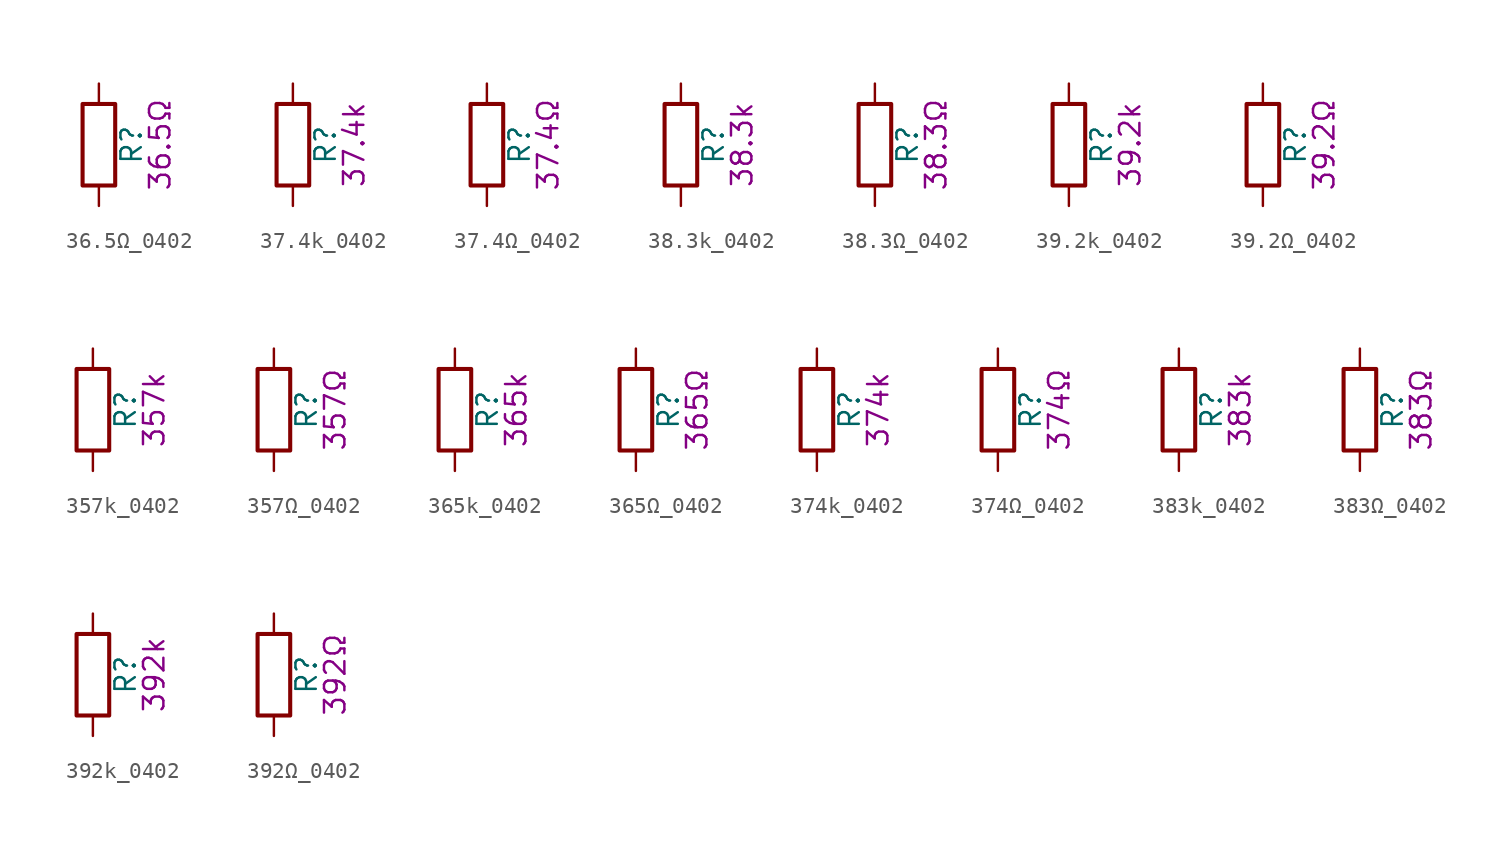
<source format=kicad_sym>
(kicad_symbol_lib
  (version 20211014)
  (generator kicad_symbol_editor)
  (symbol "36.5Ω_0402"
    (pin_numbers hide)
    (pin_names
      (offset 0))
    (property "Reference" "R"
      (at 2.032 0 90)
      (effects (font (size 1.27 1.27))))
    (property "Display" "36.5Ω"
      (at 3.81 0 90)
      (effects (font (size 1.27 1.27))))
    (symbol "36.5Ω_0402_0_1"
      (rectangle (start -1.016 -2.54) (end 1.016 2.54) (stroke (width 0.254) (type default) (color 0 0 0 0)) (fill (type none))))
    (symbol "36.5Ω_0402_1_1"
      (pin passive line (at 0 3.81 270) (length 1.27) (name "~" (effects (font (size 1.27 1.27)))) (number "1" (effects (font (size 1.27 1.27)))))
      (pin passive line (at 0 -3.81 90) (length 1.27) (name "~" (effects (font (size 1.27 1.27)))) (number "2" (effects (font (size 1.27 1.27)))))))
  (symbol "37.4k_0402"
    (pin_numbers hide)
    (pin_names
      (offset 0))
    (property "Reference" "R"
      (at 2.032 0 90)
      (effects (font (size 1.27 1.27))))
    (property "Display" "37.4k"
      (at 3.81 0 90)
      (effects (font (size 1.27 1.27))))
    (symbol "37.4k_0402_0_1"
      (rectangle (start -1.016 -2.54) (end 1.016 2.54) (stroke (width 0.254) (type default) (color 0 0 0 0)) (fill (type none))))
    (symbol "37.4k_0402_1_1"
      (pin passive line (at 0 3.81 270) (length 1.27) (name "~" (effects (font (size 1.27 1.27)))) (number "1" (effects (font (size 1.27 1.27)))))
      (pin passive line (at 0 -3.81 90) (length 1.27) (name "~" (effects (font (size 1.27 1.27)))) (number "2" (effects (font (size 1.27 1.27)))))))
  (symbol "37.4Ω_0402"
    (pin_numbers hide)
    (pin_names
      (offset 0))
    (property "Reference" "R"
      (at 2.032 0 90)
      (effects (font (size 1.27 1.27))))
    (property "Display" "37.4Ω"
      (at 3.81 0 90)
      (effects (font (size 1.27 1.27))))
    (symbol "37.4Ω_0402_0_1"
      (rectangle (start -1.016 -2.54) (end 1.016 2.54) (stroke (width 0.254) (type default) (color 0 0 0 0)) (fill (type none))))
    (symbol "37.4Ω_0402_1_1"
      (pin passive line (at 0 3.81 270) (length 1.27) (name "~" (effects (font (size 1.27 1.27)))) (number "1" (effects (font (size 1.27 1.27)))))
      (pin passive line (at 0 -3.81 90) (length 1.27) (name "~" (effects (font (size 1.27 1.27)))) (number "2" (effects (font (size 1.27 1.27)))))))
  (symbol "38.3k_0402"
    (pin_numbers hide)
    (pin_names
      (offset 0))
    (property "Reference" "R"
      (at 2.032 0 90)
      (effects (font (size 1.27 1.27))))
    (property "Display" "38.3k"
      (at 3.81 0 90)
      (effects (font (size 1.27 1.27))))
    (symbol "38.3k_0402_0_1"
      (rectangle (start -1.016 -2.54) (end 1.016 2.54) (stroke (width 0.254) (type default) (color 0 0 0 0)) (fill (type none))))
    (symbol "38.3k_0402_1_1"
      (pin passive line (at 0 3.81 270) (length 1.27) (name "~" (effects (font (size 1.27 1.27)))) (number "1" (effects (font (size 1.27 1.27)))))
      (pin passive line (at 0 -3.81 90) (length 1.27) (name "~" (effects (font (size 1.27 1.27)))) (number "2" (effects (font (size 1.27 1.27)))))))
  (symbol "38.3Ω_0402"
    (pin_numbers hide)
    (pin_names
      (offset 0))
    (property "Reference" "R"
      (at 2.032 0 90)
      (effects (font (size 1.27 1.27))))
    (property "Display" "38.3Ω"
      (at 3.81 0 90)
      (effects (font (size 1.27 1.27))))
    (symbol "38.3Ω_0402_0_1"
      (rectangle (start -1.016 -2.54) (end 1.016 2.54) (stroke (width 0.254) (type default) (color 0 0 0 0)) (fill (type none))))
    (symbol "38.3Ω_0402_1_1"
      (pin passive line (at 0 3.81 270) (length 1.27) (name "~" (effects (font (size 1.27 1.27)))) (number "1" (effects (font (size 1.27 1.27)))))
      (pin passive line (at 0 -3.81 90) (length 1.27) (name "~" (effects (font (size 1.27 1.27)))) (number "2" (effects (font (size 1.27 1.27)))))))
  (symbol "39.2k_0402"
    (pin_numbers hide)
    (pin_names
      (offset 0))
    (property "Reference" "R"
      (at 2.032 0 90)
      (effects (font (size 1.27 1.27))))
    (property "Display" "39.2k"
      (at 3.81 0 90)
      (effects (font (size 1.27 1.27))))
    (symbol "39.2k_0402_0_1"
      (rectangle (start -1.016 -2.54) (end 1.016 2.54) (stroke (width 0.254) (type default) (color 0 0 0 0)) (fill (type none))))
    (symbol "39.2k_0402_1_1"
      (pin passive line (at 0 3.81 270) (length 1.27) (name "~" (effects (font (size 1.27 1.27)))) (number "1" (effects (font (size 1.27 1.27)))))
      (pin passive line (at 0 -3.81 90) (length 1.27) (name "~" (effects (font (size 1.27 1.27)))) (number "2" (effects (font (size 1.27 1.27)))))))
  (symbol "39.2Ω_0402"
    (pin_numbers hide)
    (pin_names
      (offset 0))
    (property "Reference" "R"
      (at 2.032 0 90)
      (effects (font (size 1.27 1.27))))
    (property "Display" "39.2Ω"
      (at 3.81 0 90)
      (effects (font (size 1.27 1.27))))
    (symbol "39.2Ω_0402_0_1"
      (rectangle (start -1.016 -2.54) (end 1.016 2.54) (stroke (width 0.254) (type default) (color 0 0 0 0)) (fill (type none))))
    (symbol "39.2Ω_0402_1_1"
      (pin passive line (at 0 3.81 270) (length 1.27) (name "~" (effects (font (size 1.27 1.27)))) (number "1" (effects (font (size 1.27 1.27)))))
      (pin passive line (at 0 -3.81 90) (length 1.27) (name "~" (effects (font (size 1.27 1.27)))) (number "2" (effects (font (size 1.27 1.27)))))))
  (symbol "357k_0402"
    (pin_numbers hide)
    (pin_names
      (offset 0))
    (property "Reference" "R"
      (at 2.032 0 90)
      (effects (font (size 1.27 1.27))))
    (property "Display" "357k"
      (at 3.81 0 90)
      (effects (font (size 1.27 1.27))))
    (symbol "357k_0402_0_1"
      (rectangle (start -1.016 -2.54) (end 1.016 2.54) (stroke (width 0.254) (type default) (color 0 0 0 0)) (fill (type none))))
    (symbol "357k_0402_1_1"
      (pin passive line (at 0 3.81 270) (length 1.27) (name "~" (effects (font (size 1.27 1.27)))) (number "1" (effects (font (size 1.27 1.27)))))
      (pin passive line (at 0 -3.81 90) (length 1.27) (name "~" (effects (font (size 1.27 1.27)))) (number "2" (effects (font (size 1.27 1.27)))))))
  (symbol "357Ω_0402"
    (pin_numbers hide)
    (pin_names
      (offset 0))
    (property "Reference" "R"
      (at 2.032 0 90)
      (effects (font (size 1.27 1.27))))
    (property "Display" "357Ω"
      (at 3.81 0 90)
      (effects (font (size 1.27 1.27))))
    (symbol "357Ω_0402_0_1"
      (rectangle (start -1.016 -2.54) (end 1.016 2.54) (stroke (width 0.254) (type default) (color 0 0 0 0)) (fill (type none))))
    (symbol "357Ω_0402_1_1"
      (pin passive line (at 0 3.81 270) (length 1.27) (name "~" (effects (font (size 1.27 1.27)))) (number "1" (effects (font (size 1.27 1.27)))))
      (pin passive line (at 0 -3.81 90) (length 1.27) (name "~" (effects (font (size 1.27 1.27)))) (number "2" (effects (font (size 1.27 1.27)))))))
  (symbol "365k_0402"
    (pin_numbers hide)
    (pin_names
      (offset 0))
    (property "Reference" "R"
      (at 2.032 0 90)
      (effects (font (size 1.27 1.27))))
    (property "Display" "365k"
      (at 3.81 0 90)
      (effects (font (size 1.27 1.27))))
    (symbol "365k_0402_0_1"
      (rectangle (start -1.016 -2.54) (end 1.016 2.54) (stroke (width 0.254) (type default) (color 0 0 0 0)) (fill (type none))))
    (symbol "365k_0402_1_1"
      (pin passive line (at 0 3.81 270) (length 1.27) (name "~" (effects (font (size 1.27 1.27)))) (number "1" (effects (font (size 1.27 1.27)))))
      (pin passive line (at 0 -3.81 90) (length 1.27) (name "~" (effects (font (size 1.27 1.27)))) (number "2" (effects (font (size 1.27 1.27)))))))
  (symbol "365Ω_0402"
    (pin_numbers hide)
    (pin_names
      (offset 0))
    (property "Reference" "R"
      (at 2.032 0 90)
      (effects (font (size 1.27 1.27))))
    (property "Display" "365Ω"
      (at 3.81 0 90)
      (effects (font (size 1.27 1.27))))
    (symbol "365Ω_0402_0_1"
      (rectangle (start -1.016 -2.54) (end 1.016 2.54) (stroke (width 0.254) (type default) (color 0 0 0 0)) (fill (type none))))
    (symbol "365Ω_0402_1_1"
      (pin passive line (at 0 3.81 270) (length 1.27) (name "~" (effects (font (size 1.27 1.27)))) (number "1" (effects (font (size 1.27 1.27)))))
      (pin passive line (at 0 -3.81 90) (length 1.27) (name "~" (effects (font (size 1.27 1.27)))) (number "2" (effects (font (size 1.27 1.27)))))))
  (symbol "374k_0402"
    (pin_numbers hide)
    (pin_names
      (offset 0))
    (property "Reference" "R"
      (at 2.032 0 90)
      (effects (font (size 1.27 1.27))))
    (property "Display" "374k"
      (at 3.81 0 90)
      (effects (font (size 1.27 1.27))))
    (symbol "374k_0402_0_1"
      (rectangle (start -1.016 -2.54) (end 1.016 2.54) (stroke (width 0.254) (type default) (color 0 0 0 0)) (fill (type none))))
    (symbol "374k_0402_1_1"
      (pin passive line (at 0 3.81 270) (length 1.27) (name "~" (effects (font (size 1.27 1.27)))) (number "1" (effects (font (size 1.27 1.27)))))
      (pin passive line (at 0 -3.81 90) (length 1.27) (name "~" (effects (font (size 1.27 1.27)))) (number "2" (effects (font (size 1.27 1.27)))))))
  (symbol "374Ω_0402"
    (pin_numbers hide)
    (pin_names
      (offset 0))
    (property "Reference" "R"
      (at 2.032 0 90)
      (effects (font (size 1.27 1.27))))
    (property "Display" "374Ω"
      (at 3.81 0 90)
      (effects (font (size 1.27 1.27))))
    (symbol "374Ω_0402_0_1"
      (rectangle (start -1.016 -2.54) (end 1.016 2.54) (stroke (width 0.254) (type default) (color 0 0 0 0)) (fill (type none))))
    (symbol "374Ω_0402_1_1"
      (pin passive line (at 0 3.81 270) (length 1.27) (name "~" (effects (font (size 1.27 1.27)))) (number "1" (effects (font (size 1.27 1.27)))))
      (pin passive line (at 0 -3.81 90) (length 1.27) (name "~" (effects (font (size 1.27 1.27)))) (number "2" (effects (font (size 1.27 1.27)))))))
  (symbol "383k_0402"
    (pin_numbers hide)
    (pin_names
      (offset 0))
    (property "Reference" "R"
      (at 2.032 0 90)
      (effects (font (size 1.27 1.27))))
    (property "Display" "383k"
      (at 3.81 0 90)
      (effects (font (size 1.27 1.27))))
    (symbol "383k_0402_0_1"
      (rectangle (start -1.016 -2.54) (end 1.016 2.54) (stroke (width 0.254) (type default) (color 0 0 0 0)) (fill (type none))))
    (symbol "383k_0402_1_1"
      (pin passive line (at 0 3.81 270) (length 1.27) (name "~" (effects (font (size 1.27 1.27)))) (number "1" (effects (font (size 1.27 1.27)))))
      (pin passive line (at 0 -3.81 90) (length 1.27) (name "~" (effects (font (size 1.27 1.27)))) (number "2" (effects (font (size 1.27 1.27)))))))
  (symbol "383Ω_0402"
    (pin_numbers hide)
    (pin_names
      (offset 0))
    (property "Reference" "R"
      (at 2.032 0 90)
      (effects (font (size 1.27 1.27))))
    (property "Display" "383Ω"
      (at 3.81 0 90)
      (effects (font (size 1.27 1.27))))
    (symbol "383Ω_0402_0_1"
      (rectangle (start -1.016 -2.54) (end 1.016 2.54) (stroke (width 0.254) (type default) (color 0 0 0 0)) (fill (type none))))
    (symbol "383Ω_0402_1_1"
      (pin passive line (at 0 3.81 270) (length 1.27) (name "~" (effects (font (size 1.27 1.27)))) (number "1" (effects (font (size 1.27 1.27)))))
      (pin passive line (at 0 -3.81 90) (length 1.27) (name "~" (effects (font (size 1.27 1.27)))) (number "2" (effects (font (size 1.27 1.27)))))))
  (symbol "392k_0402"
    (pin_numbers hide)
    (pin_names
      (offset 0))
    (property "Reference" "R"
      (at 2.032 0 90)
      (effects (font (size 1.27 1.27))))
    (property "Display" "392k"
      (at 3.81 0 90)
      (effects (font (size 1.27 1.27))))
    (symbol "392k_0402_0_1"
      (rectangle (start -1.016 -2.54) (end 1.016 2.54) (stroke (width 0.254) (type default) (color 0 0 0 0)) (fill (type none))))
    (symbol "392k_0402_1_1"
      (pin passive line (at 0 3.81 270) (length 1.27) (name "~" (effects (font (size 1.27 1.27)))) (number "1" (effects (font (size 1.27 1.27)))))
      (pin passive line (at 0 -3.81 90) (length 1.27) (name "~" (effects (font (size 1.27 1.27)))) (number "2" (effects (font (size 1.27 1.27)))))))
  (symbol "392Ω_0402"
    (pin_numbers hide)
    (pin_names
      (offset 0))
    (property "Reference" "R"
      (at 2.032 0 90)
      (effects (font (size 1.27 1.27))))
    (property "Display" "392Ω"
      (at 3.81 0 90)
      (effects (font (size 1.27 1.27))))
    (symbol "392Ω_0402_0_1"
      (rectangle (start -1.016 -2.54) (end 1.016 2.54) (stroke (width 0.254) (type default) (color 0 0 0 0)) (fill (type none))))
    (symbol "392Ω_0402_1_1"
      (pin passive line (at 0 3.81 270) (length 1.27) (name "~" (effects (font (size 1.27 1.27)))) (number "1" (effects (font (size 1.27 1.27)))))
      (pin passive line (at 0 -3.81 90) (length 1.27) (name "~" (effects (font (size 1.27 1.27)))) (number "2" (effects (font (size 1.27 1.27))))))))
</source>
